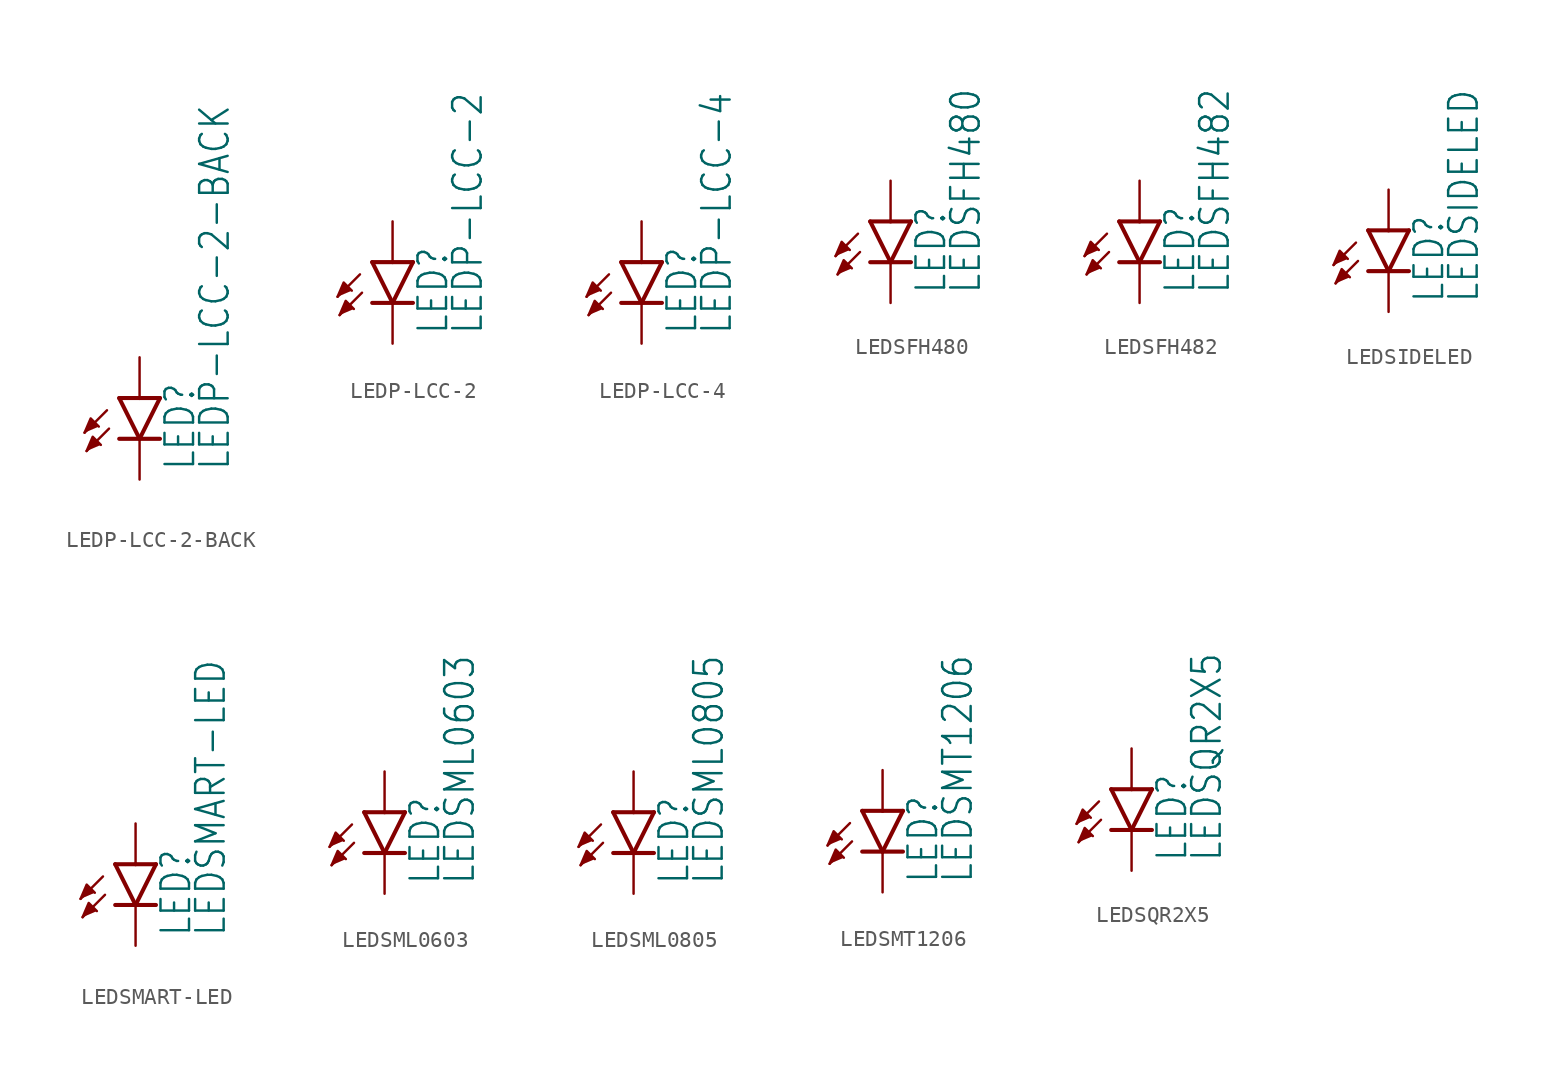
<source format=kicad_sym>
(kicad_symbol_lib
  (version 20200126)
  (host kicad_symbol_editor "(5.99.0-2281-g2f31bf278-dirty)")
  (symbol "LEDP-LCC-2-BACK"
    (property "Reference" "LED"
      (at 3.556 -4.572 90)
      (effects (font (size 1.778 1.511)) (justify left bottom)))
    (property "Value" "LEDP-LCC-2-BACK"
      (at 5.715 -4.572 90)
      (effects (font (size 1.778 1.511)) (justify left bottom)))
    (property "ki_locked" ""
      (at 0 0 0)
      (effects (font (size 1.27 1.27))))
    (symbol "LEDP-LCC-2-BACK_1_0"
      (polyline (pts (xy 1.27 0) (xy 0 -2.54)) (stroke (width 0.254)) (fill (type none)))
      (polyline (pts (xy 0 -2.54) (xy -1.27 0)) (stroke (width 0.254)) (fill (type none)))
      (polyline (pts (xy 1.27 -2.54) (xy 0 -2.54)) (stroke (width 0.254)) (fill (type none)))
      (polyline (pts (xy 0 -2.54) (xy -1.27 -2.54)) (stroke (width 0.254)) (fill (type none)))
      (polyline (pts (xy 1.27 0) (xy 0 0)) (stroke (width 0.254)) (fill (type none)))
      (polyline (pts (xy 0 0) (xy -1.27 0)) (stroke (width 0.254)) (fill (type none)))
      (polyline (pts (xy -2.032 -0.762) (xy -3.429 -2.159)) (stroke (width 0.152)) (fill (type none)))
      (polyline (pts (xy -1.905 -1.905) (xy -3.302 -3.302)) (stroke (width 0.152)) (fill (type none)))
      (polyline (pts (xy -3.429 -2.159) (xy -3.048 -1.27) (xy -2.54 -1.778)) (stroke (width 0)) (fill (type outline)))
      (polyline (pts (xy -3.302 -3.302) (xy -2.921 -2.413) (xy -2.413 -2.921)) (stroke (width 0)) (fill (type outline)))
      (pin passive line (at 0 -5.08 90) (length 2.54) (name "C" (effects (font (size 0 0)))) (number "C" (effects (font (size 0 0)))))
      (pin passive line (at 0 2.54 270) (length 2.54) (name "A" (effects (font (size 0 0)))) (number "A" (effects (font (size 0 0)))))))
  (symbol "LEDP-LCC-2"
    (property "Reference" "LED"
      (at 3.556 -4.572 90)
      (effects (font (size 1.778 1.511)) (justify left bottom)))
    (property "Value" "LEDP-LCC-2"
      (at 5.715 -4.572 90)
      (effects (font (size 1.778 1.511)) (justify left bottom)))
    (property "ki_locked" ""
      (at 0 0 0)
      (effects (font (size 1.27 1.27))))
    (symbol "LEDP-LCC-2_1_0"
      (polyline (pts (xy 1.27 0) (xy 0 -2.54)) (stroke (width 0.254)) (fill (type none)))
      (polyline (pts (xy 0 -2.54) (xy -1.27 0)) (stroke (width 0.254)) (fill (type none)))
      (polyline (pts (xy 1.27 -2.54) (xy 0 -2.54)) (stroke (width 0.254)) (fill (type none)))
      (polyline (pts (xy 0 -2.54) (xy -1.27 -2.54)) (stroke (width 0.254)) (fill (type none)))
      (polyline (pts (xy 1.27 0) (xy 0 0)) (stroke (width 0.254)) (fill (type none)))
      (polyline (pts (xy 0 0) (xy -1.27 0)) (stroke (width 0.254)) (fill (type none)))
      (polyline (pts (xy -2.032 -0.762) (xy -3.429 -2.159)) (stroke (width 0.152)) (fill (type none)))
      (polyline (pts (xy -1.905 -1.905) (xy -3.302 -3.302)) (stroke (width 0.152)) (fill (type none)))
      (polyline (pts (xy -3.429 -2.159) (xy -3.048 -1.27) (xy -2.54 -1.778)) (stroke (width 0)) (fill (type outline)))
      (polyline (pts (xy -3.302 -3.302) (xy -2.921 -2.413) (xy -2.413 -2.921)) (stroke (width 0)) (fill (type outline)))
      (pin passive line (at 0 -5.08 90) (length 2.54) (name "C" (effects (font (size 0 0)))) (number "C" (effects (font (size 0 0)))))
      (pin passive line (at 0 2.54 270) (length 2.54) (name "A" (effects (font (size 0 0)))) (number "A" (effects (font (size 0 0)))))))
  (symbol "LEDP-LCC-4"
    (property "Reference" "LED"
      (at 3.556 -4.572 90)
      (effects (font (size 1.778 1.511)) (justify left bottom)))
    (property "Value" "LEDP-LCC-4"
      (at 5.715 -4.572 90)
      (effects (font (size 1.778 1.511)) (justify left bottom)))
    (property "ki_locked" ""
      (at 0 0 0)
      (effects (font (size 1.27 1.27))))
    (symbol "LEDP-LCC-4_1_0"
      (polyline (pts (xy 1.27 0) (xy 0 -2.54)) (stroke (width 0.254)) (fill (type none)))
      (polyline (pts (xy 0 -2.54) (xy -1.27 0)) (stroke (width 0.254)) (fill (type none)))
      (polyline (pts (xy 1.27 -2.54) (xy 0 -2.54)) (stroke (width 0.254)) (fill (type none)))
      (polyline (pts (xy 0 -2.54) (xy -1.27 -2.54)) (stroke (width 0.254)) (fill (type none)))
      (polyline (pts (xy 1.27 0) (xy 0 0)) (stroke (width 0.254)) (fill (type none)))
      (polyline (pts (xy 0 0) (xy -1.27 0)) (stroke (width 0.254)) (fill (type none)))
      (polyline (pts (xy -2.032 -0.762) (xy -3.429 -2.159)) (stroke (width 0.152)) (fill (type none)))
      (polyline (pts (xy -1.905 -1.905) (xy -3.302 -3.302)) (stroke (width 0.152)) (fill (type none)))
      (polyline (pts (xy -3.429 -2.159) (xy -3.048 -1.27) (xy -2.54 -1.778)) (stroke (width 0)) (fill (type outline)))
      (polyline (pts (xy -3.302 -3.302) (xy -2.921 -2.413) (xy -2.413 -2.921)) (stroke (width 0)) (fill (type outline)))
      (pin passive line (at 0 -5.08 90) (length 2.54) (name "C" (effects (font (size 0 0)))) (number "C@4" (effects (font (size 0 0)))))
      (pin passive line (at 0 2.54 270) (length 2.54) (name "A" (effects (font (size 0 0)))) (number "A" (effects (font (size 0 0)))))))
  (symbol "LEDSFH480"
    (property "Reference" "LED"
      (at 3.556 -4.572 90)
      (effects (font (size 1.778 1.511)) (justify left bottom)))
    (property "Value" "LEDSFH480"
      (at 5.715 -4.572 90)
      (effects (font (size 1.778 1.511)) (justify left bottom)))
    (property "ki_locked" ""
      (at 0 0 0)
      (effects (font (size 1.27 1.27))))
    (symbol "LEDSFH480_1_0"
      (polyline (pts (xy 1.27 0) (xy 0 -2.54)) (stroke (width 0.254)) (fill (type none)))
      (polyline (pts (xy 0 -2.54) (xy -1.27 0)) (stroke (width 0.254)) (fill (type none)))
      (polyline (pts (xy 1.27 -2.54) (xy 0 -2.54)) (stroke (width 0.254)) (fill (type none)))
      (polyline (pts (xy 0 -2.54) (xy -1.27 -2.54)) (stroke (width 0.254)) (fill (type none)))
      (polyline (pts (xy 1.27 0) (xy 0 0)) (stroke (width 0.254)) (fill (type none)))
      (polyline (pts (xy 0 0) (xy -1.27 0)) (stroke (width 0.254)) (fill (type none)))
      (polyline (pts (xy -2.032 -0.762) (xy -3.429 -2.159)) (stroke (width 0.152)) (fill (type none)))
      (polyline (pts (xy -1.905 -1.905) (xy -3.302 -3.302)) (stroke (width 0.152)) (fill (type none)))
      (polyline (pts (xy -3.429 -2.159) (xy -3.048 -1.27) (xy -2.54 -1.778)) (stroke (width 0)) (fill (type outline)))
      (polyline (pts (xy -3.302 -3.302) (xy -2.921 -2.413) (xy -2.413 -2.921)) (stroke (width 0)) (fill (type outline)))
      (pin passive line (at 0 -5.08 90) (length 2.54) (name "C" (effects (font (size 0 0)))) (number "K" (effects (font (size 0 0)))))
      (pin passive line (at 0 2.54 270) (length 2.54) (name "A" (effects (font (size 0 0)))) (number "A" (effects (font (size 0 0)))))))
  (symbol "LEDSFH482"
    (property "Reference" "LED"
      (at 3.556 -4.572 90)
      (effects (font (size 1.778 1.511)) (justify left bottom)))
    (property "Value" "LEDSFH482"
      (at 5.715 -4.572 90)
      (effects (font (size 1.778 1.511)) (justify left bottom)))
    (property "ki_locked" ""
      (at 0 0 0)
      (effects (font (size 1.27 1.27))))
    (symbol "LEDSFH482_1_0"
      (polyline (pts (xy 1.27 0) (xy 0 -2.54)) (stroke (width 0.254)) (fill (type none)))
      (polyline (pts (xy 0 -2.54) (xy -1.27 0)) (stroke (width 0.254)) (fill (type none)))
      (polyline (pts (xy 1.27 -2.54) (xy 0 -2.54)) (stroke (width 0.254)) (fill (type none)))
      (polyline (pts (xy 0 -2.54) (xy -1.27 -2.54)) (stroke (width 0.254)) (fill (type none)))
      (polyline (pts (xy 1.27 0) (xy 0 0)) (stroke (width 0.254)) (fill (type none)))
      (polyline (pts (xy 0 0) (xy -1.27 0)) (stroke (width 0.254)) (fill (type none)))
      (polyline (pts (xy -2.032 -0.762) (xy -3.429 -2.159)) (stroke (width 0.152)) (fill (type none)))
      (polyline (pts (xy -1.905 -1.905) (xy -3.302 -3.302)) (stroke (width 0.152)) (fill (type none)))
      (polyline (pts (xy -3.429 -2.159) (xy -3.048 -1.27) (xy -2.54 -1.778)) (stroke (width 0)) (fill (type outline)))
      (polyline (pts (xy -3.302 -3.302) (xy -2.921 -2.413) (xy -2.413 -2.921)) (stroke (width 0)) (fill (type outline)))
      (pin passive line (at 0 -5.08 90) (length 2.54) (name "C" (effects (font (size 0 0)))) (number "K" (effects (font (size 0 0)))))
      (pin passive line (at 0 2.54 270) (length 2.54) (name "A" (effects (font (size 0 0)))) (number "A" (effects (font (size 0 0)))))))
  (symbol "LEDSIDELED"
    (property "Reference" "LED"
      (at 3.556 -4.572 90)
      (effects (font (size 1.778 1.511)) (justify left bottom)))
    (property "Value" "LEDSIDELED"
      (at 5.715 -4.572 90)
      (effects (font (size 1.778 1.511)) (justify left bottom)))
    (property "ki_locked" ""
      (at 0 0 0)
      (effects (font (size 1.27 1.27))))
    (symbol "LEDSIDELED_1_0"
      (polyline (pts (xy 1.27 0) (xy 0 -2.54)) (stroke (width 0.254)) (fill (type none)))
      (polyline (pts (xy 0 -2.54) (xy -1.27 0)) (stroke (width 0.254)) (fill (type none)))
      (polyline (pts (xy 1.27 -2.54) (xy 0 -2.54)) (stroke (width 0.254)) (fill (type none)))
      (polyline (pts (xy 0 -2.54) (xy -1.27 -2.54)) (stroke (width 0.254)) (fill (type none)))
      (polyline (pts (xy 1.27 0) (xy 0 0)) (stroke (width 0.254)) (fill (type none)))
      (polyline (pts (xy 0 0) (xy -1.27 0)) (stroke (width 0.254)) (fill (type none)))
      (polyline (pts (xy -2.032 -0.762) (xy -3.429 -2.159)) (stroke (width 0.152)) (fill (type none)))
      (polyline (pts (xy -1.905 -1.905) (xy -3.302 -3.302)) (stroke (width 0.152)) (fill (type none)))
      (polyline (pts (xy -3.429 -2.159) (xy -3.048 -1.27) (xy -2.54 -1.778)) (stroke (width 0)) (fill (type outline)))
      (polyline (pts (xy -3.302 -3.302) (xy -2.921 -2.413) (xy -2.413 -2.921)) (stroke (width 0)) (fill (type outline)))
      (pin passive line (at 0 -5.08 90) (length 2.54) (name "C" (effects (font (size 0 0)))) (number "C" (effects (font (size 0 0)))))
      (pin passive line (at 0 2.54 270) (length 2.54) (name "A" (effects (font (size 0 0)))) (number "A" (effects (font (size 0 0)))))))
  (symbol "LEDSMART-LED"
    (property "Reference" "LED"
      (at 3.556 -4.572 90)
      (effects (font (size 1.778 1.511)) (justify left bottom)))
    (property "Value" "LEDSMART-LED"
      (at 5.715 -4.572 90)
      (effects (font (size 1.778 1.511)) (justify left bottom)))
    (property "ki_locked" ""
      (at 0 0 0)
      (effects (font (size 1.27 1.27))))
    (symbol "LEDSMART-LED_1_0"
      (polyline (pts (xy 1.27 0) (xy 0 -2.54)) (stroke (width 0.254)) (fill (type none)))
      (polyline (pts (xy 0 -2.54) (xy -1.27 0)) (stroke (width 0.254)) (fill (type none)))
      (polyline (pts (xy 1.27 -2.54) (xy 0 -2.54)) (stroke (width 0.254)) (fill (type none)))
      (polyline (pts (xy 0 -2.54) (xy -1.27 -2.54)) (stroke (width 0.254)) (fill (type none)))
      (polyline (pts (xy 1.27 0) (xy 0 0)) (stroke (width 0.254)) (fill (type none)))
      (polyline (pts (xy 0 0) (xy -1.27 0)) (stroke (width 0.254)) (fill (type none)))
      (polyline (pts (xy -2.032 -0.762) (xy -3.429 -2.159)) (stroke (width 0.152)) (fill (type none)))
      (polyline (pts (xy -1.905 -1.905) (xy -3.302 -3.302)) (stroke (width 0.152)) (fill (type none)))
      (polyline (pts (xy -3.429 -2.159) (xy -3.048 -1.27) (xy -2.54 -1.778)) (stroke (width 0)) (fill (type outline)))
      (polyline (pts (xy -3.302 -3.302) (xy -2.921 -2.413) (xy -2.413 -2.921)) (stroke (width 0)) (fill (type outline)))
      (pin passive line (at 0 -5.08 90) (length 2.54) (name "C" (effects (font (size 0 0)))) (number "B" (effects (font (size 0 0)))))
      (pin passive line (at 0 2.54 270) (length 2.54) (name "A" (effects (font (size 0 0)))) (number "A" (effects (font (size 0 0)))))))
  (symbol "LEDSML0603"
    (property "Reference" "LED"
      (at 3.556 -4.572 90)
      (effects (font (size 1.778 1.511)) (justify left bottom)))
    (property "Value" "LEDSML0603"
      (at 5.715 -4.572 90)
      (effects (font (size 1.778 1.511)) (justify left bottom)))
    (property "ki_locked" ""
      (at 0 0 0)
      (effects (font (size 1.27 1.27))))
    (symbol "LEDSML0603_1_0"
      (polyline (pts (xy 1.27 0) (xy 0 -2.54)) (stroke (width 0.254)) (fill (type none)))
      (polyline (pts (xy 0 -2.54) (xy -1.27 0)) (stroke (width 0.254)) (fill (type none)))
      (polyline (pts (xy 1.27 -2.54) (xy 0 -2.54)) (stroke (width 0.254)) (fill (type none)))
      (polyline (pts (xy 0 -2.54) (xy -1.27 -2.54)) (stroke (width 0.254)) (fill (type none)))
      (polyline (pts (xy 1.27 0) (xy 0 0)) (stroke (width 0.254)) (fill (type none)))
      (polyline (pts (xy 0 0) (xy -1.27 0)) (stroke (width 0.254)) (fill (type none)))
      (polyline (pts (xy -2.032 -0.762) (xy -3.429 -2.159)) (stroke (width 0.152)) (fill (type none)))
      (polyline (pts (xy -1.905 -1.905) (xy -3.302 -3.302)) (stroke (width 0.152)) (fill (type none)))
      (polyline (pts (xy -3.429 -2.159) (xy -3.048 -1.27) (xy -2.54 -1.778)) (stroke (width 0)) (fill (type outline)))
      (polyline (pts (xy -3.302 -3.302) (xy -2.921 -2.413) (xy -2.413 -2.921)) (stroke (width 0)) (fill (type outline)))
      (pin passive line (at 0 -5.08 90) (length 2.54) (name "C" (effects (font (size 0 0)))) (number "C" (effects (font (size 0 0)))))
      (pin passive line (at 0 2.54 270) (length 2.54) (name "A" (effects (font (size 0 0)))) (number "A" (effects (font (size 0 0)))))))
  (symbol "LEDSML0805"
    (property "Reference" "LED"
      (at 3.556 -4.572 90)
      (effects (font (size 1.778 1.511)) (justify left bottom)))
    (property "Value" "LEDSML0805"
      (at 5.715 -4.572 90)
      (effects (font (size 1.778 1.511)) (justify left bottom)))
    (property "ki_locked" ""
      (at 0 0 0)
      (effects (font (size 1.27 1.27))))
    (symbol "LEDSML0805_1_0"
      (polyline (pts (xy 1.27 0) (xy 0 -2.54)) (stroke (width 0.254)) (fill (type none)))
      (polyline (pts (xy 0 -2.54) (xy -1.27 0)) (stroke (width 0.254)) (fill (type none)))
      (polyline (pts (xy 1.27 -2.54) (xy 0 -2.54)) (stroke (width 0.254)) (fill (type none)))
      (polyline (pts (xy 0 -2.54) (xy -1.27 -2.54)) (stroke (width 0.254)) (fill (type none)))
      (polyline (pts (xy 1.27 0) (xy 0 0)) (stroke (width 0.254)) (fill (type none)))
      (polyline (pts (xy 0 0) (xy -1.27 0)) (stroke (width 0.254)) (fill (type none)))
      (polyline (pts (xy -2.032 -0.762) (xy -3.429 -2.159)) (stroke (width 0.152)) (fill (type none)))
      (polyline (pts (xy -1.905 -1.905) (xy -3.302 -3.302)) (stroke (width 0.152)) (fill (type none)))
      (polyline (pts (xy -3.429 -2.159) (xy -3.048 -1.27) (xy -2.54 -1.778)) (stroke (width 0)) (fill (type outline)))
      (polyline (pts (xy -3.302 -3.302) (xy -2.921 -2.413) (xy -2.413 -2.921)) (stroke (width 0)) (fill (type outline)))
      (pin passive line (at 0 -5.08 90) (length 2.54) (name "C" (effects (font (size 0 0)))) (number "C" (effects (font (size 0 0)))))
      (pin passive line (at 0 2.54 270) (length 2.54) (name "A" (effects (font (size 0 0)))) (number "A" (effects (font (size 0 0)))))))
  (symbol "LEDSMT1206"
    (property "Reference" "LED"
      (at 3.556 -4.572 90)
      (effects (font (size 1.778 1.511)) (justify left bottom)))
    (property "Value" "LEDSMT1206"
      (at 5.715 -4.572 90)
      (effects (font (size 1.778 1.511)) (justify left bottom)))
    (property "ki_locked" ""
      (at 0 0 0)
      (effects (font (size 1.27 1.27))))
    (symbol "LEDSMT1206_1_0"
      (polyline (pts (xy 1.27 0) (xy 0 -2.54)) (stroke (width 0.254)) (fill (type none)))
      (polyline (pts (xy 0 -2.54) (xy -1.27 0)) (stroke (width 0.254)) (fill (type none)))
      (polyline (pts (xy 1.27 -2.54) (xy 0 -2.54)) (stroke (width 0.254)) (fill (type none)))
      (polyline (pts (xy 0 -2.54) (xy -1.27 -2.54)) (stroke (width 0.254)) (fill (type none)))
      (polyline (pts (xy 1.27 0) (xy 0 0)) (stroke (width 0.254)) (fill (type none)))
      (polyline (pts (xy 0 0) (xy -1.27 0)) (stroke (width 0.254)) (fill (type none)))
      (polyline (pts (xy -2.032 -0.762) (xy -3.429 -2.159)) (stroke (width 0.152)) (fill (type none)))
      (polyline (pts (xy -1.905 -1.905) (xy -3.302 -3.302)) (stroke (width 0.152)) (fill (type none)))
      (polyline (pts (xy -3.429 -2.159) (xy -3.048 -1.27) (xy -2.54 -1.778)) (stroke (width 0)) (fill (type outline)))
      (polyline (pts (xy -3.302 -3.302) (xy -2.921 -2.413) (xy -2.413 -2.921)) (stroke (width 0)) (fill (type outline)))
      (pin passive line (at 0 -5.08 90) (length 2.54) (name "C" (effects (font (size 0 0)))) (number "C" (effects (font (size 0 0)))))
      (pin passive line (at 0 2.54 270) (length 2.54) (name "A" (effects (font (size 0 0)))) (number "A" (effects (font (size 0 0)))))))
  (symbol "LEDSQR2X5"
    (property "Reference" "LED"
      (at 3.556 -4.572 90)
      (effects (font (size 1.778 1.511)) (justify left bottom)))
    (property "Value" "LEDSQR2X5"
      (at 5.715 -4.572 90)
      (effects (font (size 1.778 1.511)) (justify left bottom)))
    (property "ki_locked" ""
      (at 0 0 0)
      (effects (font (size 1.27 1.27))))
    (symbol "LEDSQR2X5_1_0"
      (polyline (pts (xy 1.27 0) (xy 0 -2.54)) (stroke (width 0.254)) (fill (type none)))
      (polyline (pts (xy 0 -2.54) (xy -1.27 0)) (stroke (width 0.254)) (fill (type none)))
      (polyline (pts (xy 1.27 -2.54) (xy 0 -2.54)) (stroke (width 0.254)) (fill (type none)))
      (polyline (pts (xy 0 -2.54) (xy -1.27 -2.54)) (stroke (width 0.254)) (fill (type none)))
      (polyline (pts (xy 1.27 0) (xy 0 0)) (stroke (width 0.254)) (fill (type none)))
      (polyline (pts (xy 0 0) (xy -1.27 0)) (stroke (width 0.254)) (fill (type none)))
      (polyline (pts (xy -2.032 -0.762) (xy -3.429 -2.159)) (stroke (width 0.152)) (fill (type none)))
      (polyline (pts (xy -1.905 -1.905) (xy -3.302 -3.302)) (stroke (width 0.152)) (fill (type none)))
      (polyline (pts (xy -3.429 -2.159) (xy -3.048 -1.27) (xy -2.54 -1.778)) (stroke (width 0)) (fill (type outline)))
      (polyline (pts (xy -3.302 -3.302) (xy -2.921 -2.413) (xy -2.413 -2.921)) (stroke (width 0)) (fill (type outline)))
      (pin passive line (at 0 -5.08 90) (length 2.54) (name "C" (effects (font (size 0 0)))) (number "K" (effects (font (size 0 0)))))
      (pin passive line (at 0 2.54 270) (length 2.54) (name "A" (effects (font (size 0 0)))) (number "A" (effects (font (size 0 0))))))))
</source>
